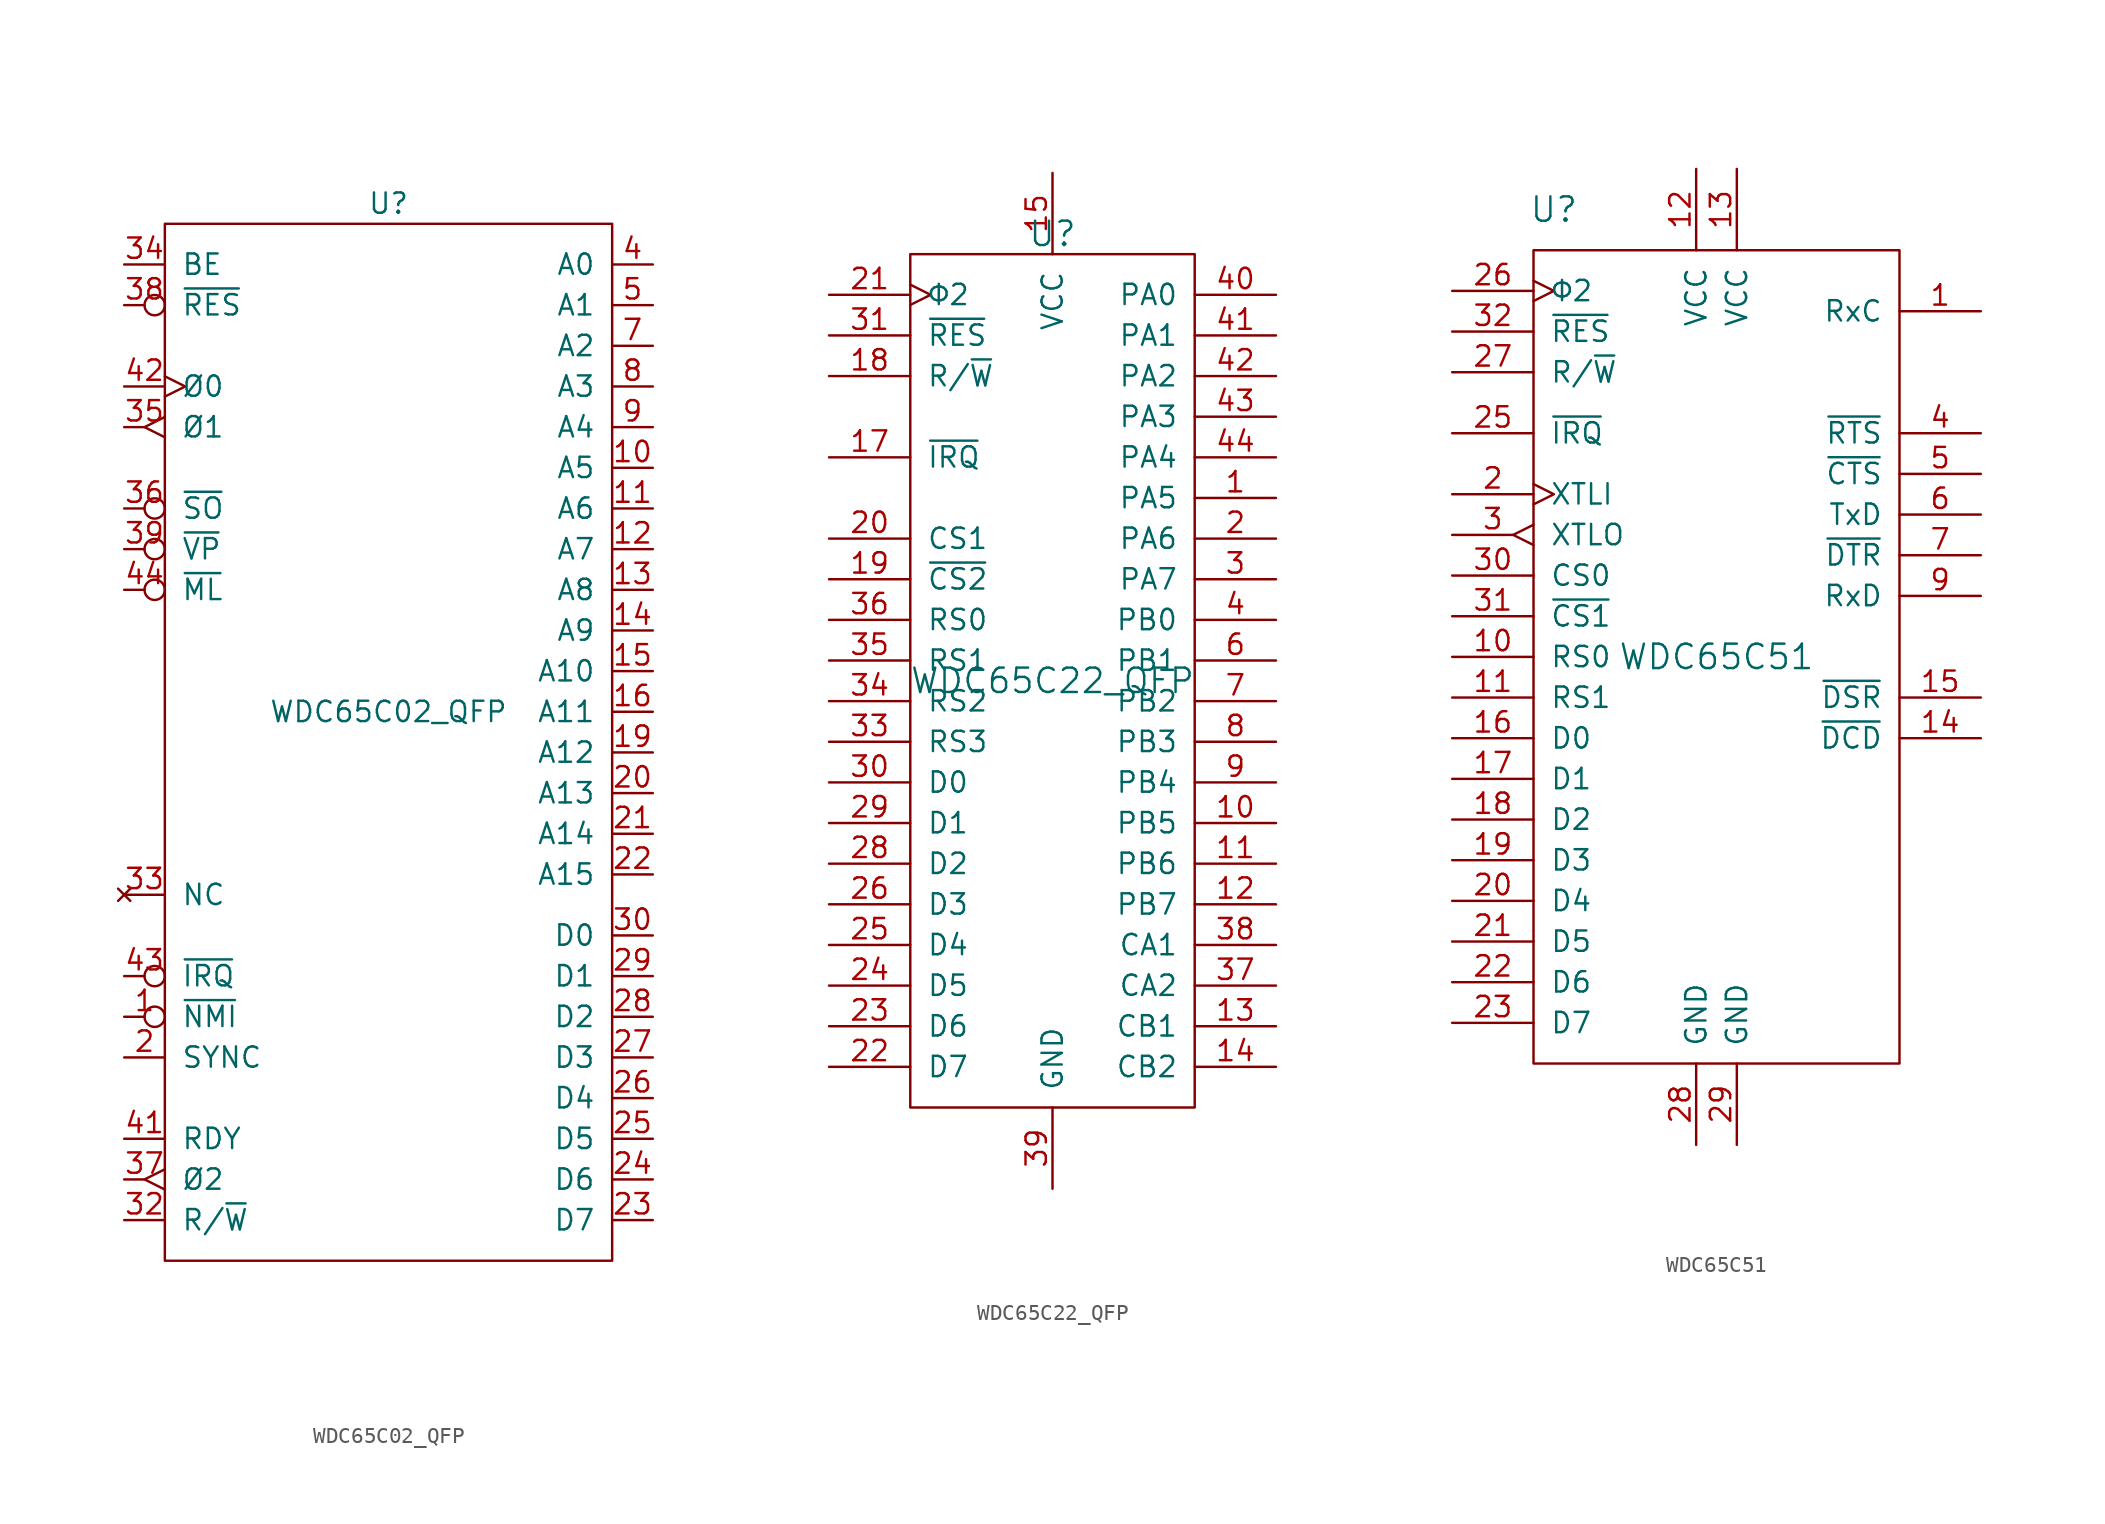
<source format=kicad_sym>
(kicad_symbol_lib
  (version 20211014)
  (generator kicad_symbol_editor)
  (symbol "WDC65C02_QFP"
    (pin_names
      (offset 1.016))
    (property "Reference" "U"
      (at 0 31.75 0)
      (effects (font (size 1.27 1.27))))
    (property "Value" "WDC65C02_QFP"
      (at 0 0 0)
      (effects (font (size 1.27 1.27))))
    (symbol "WDC65C02_QFP_0_1"
      (rectangle (start -13.97 30.48) (end 13.97 -34.29) (stroke (width 0) (type default) (color 0 0 0 0)) (fill (type none))))
    (symbol "WDC65C02_QFP_1_1"
      (pin input inverted (at -16.51 -19.05 0) (length 2.54) (name "~{NMI}" (effects (font (size 1.27 1.27)))) (number "1" (effects (font (size 1.27 1.27)))))
      (pin output line (at 16.51 15.24 180) (length 2.54) (name "A5" (effects (font (size 1.27 1.27)))) (number "10" (effects (font (size 1.27 1.27)))))
      (pin output line (at 16.51 12.7 180) (length 2.54) (name "A6" (effects (font (size 1.27 1.27)))) (number "11" (effects (font (size 1.27 1.27)))))
      (pin output line (at 16.51 10.16 180) (length 2.54) (name "A7" (effects (font (size 1.27 1.27)))) (number "12" (effects (font (size 1.27 1.27)))))
      (pin output line (at 16.51 7.62 180) (length 2.54) (name "A8" (effects (font (size 1.27 1.27)))) (number "13" (effects (font (size 1.27 1.27)))))
      (pin output line (at 16.51 5.08 180) (length 2.54) (name "A9" (effects (font (size 1.27 1.27)))) (number "14" (effects (font (size 1.27 1.27)))))
      (pin output line (at 16.51 2.54 180) (length 2.54) (name "A10" (effects (font (size 1.27 1.27)))) (number "15" (effects (font (size 1.27 1.27)))))
      (pin output line (at 16.51 0 180) (length 2.54) (name "A11" (effects (font (size 1.27 1.27)))) (number "16" (effects (font (size 1.27 1.27)))))
      (pin power_in line (at -2.54 -36.83 90) (length 2.54) hide (name "GND" (effects (font (size 1.27 1.27)))) (number "17" (effects (font (size 1.27 1.27)))))
      (pin power_in line (at 0 -36.83 90) (length 2.54) hide (name "GND" (effects (font (size 1.27 1.27)))) (number "18" (effects (font (size 1.27 1.27)))))
      (pin output line (at 16.51 -2.54 180) (length 2.54) (name "A12" (effects (font (size 1.27 1.27)))) (number "19" (effects (font (size 1.27 1.27)))))
      (pin output line (at -16.51 -21.59 0) (length 2.54) (name "SYNC" (effects (font (size 1.27 1.27)))) (number "2" (effects (font (size 1.27 1.27)))))
      (pin output line (at 16.51 -5.08 180) (length 2.54) (name "A13" (effects (font (size 1.27 1.27)))) (number "20" (effects (font (size 1.27 1.27)))))
      (pin output line (at 16.51 -7.62 180) (length 2.54) (name "A14" (effects (font (size 1.27 1.27)))) (number "21" (effects (font (size 1.27 1.27)))))
      (pin output line (at 16.51 -10.16 180) (length 2.54) (name "A15" (effects (font (size 1.27 1.27)))) (number "22" (effects (font (size 1.27 1.27)))))
      (pin bidirectional line (at 16.51 -31.75 180) (length 2.54) (name "D7" (effects (font (size 1.27 1.27)))) (number "23" (effects (font (size 1.27 1.27)))))
      (pin bidirectional line (at 16.51 -29.21 180) (length 2.54) (name "D6" (effects (font (size 1.27 1.27)))) (number "24" (effects (font (size 1.27 1.27)))))
      (pin bidirectional line (at 16.51 -26.67 180) (length 2.54) (name "D5" (effects (font (size 1.27 1.27)))) (number "25" (effects (font (size 1.27 1.27)))))
      (pin bidirectional line (at 16.51 -24.13 180) (length 2.54) (name "D4" (effects (font (size 1.27 1.27)))) (number "26" (effects (font (size 1.27 1.27)))))
      (pin bidirectional line (at 16.51 -21.59 180) (length 2.54) (name "D3" (effects (font (size 1.27 1.27)))) (number "27" (effects (font (size 1.27 1.27)))))
      (pin bidirectional line (at 16.51 -19.05 180) (length 2.54) (name "D2" (effects (font (size 1.27 1.27)))) (number "28" (effects (font (size 1.27 1.27)))))
      (pin bidirectional line (at 16.51 -16.51 180) (length 2.54) (name "D1" (effects (font (size 1.27 1.27)))) (number "29" (effects (font (size 1.27 1.27)))))
      (pin power_in line (at 0 33.02 270) (length 2.54) hide (name "VCC" (effects (font (size 1.27 1.27)))) (number "3" (effects (font (size 1.27 1.27)))))
      (pin bidirectional line (at 16.51 -13.97 180) (length 2.54) (name "D0" (effects (font (size 1.27 1.27)))) (number "30" (effects (font (size 1.27 1.27)))))
      (pin power_in line (at 2.54 33.02 270) (length 2.54) hide (name "VCC" (effects (font (size 1.27 1.27)))) (number "31" (effects (font (size 1.27 1.27)))))
      (pin output line (at -16.51 -31.75 0) (length 2.54) (name "R/~{W}" (effects (font (size 1.27 1.27)))) (number "32" (effects (font (size 1.27 1.27)))))
      (pin no_connect line (at -16.51 -11.43 0) (length 2.54) (name "NC" (effects (font (size 1.27 1.27)))) (number "33" (effects (font (size 1.27 1.27)))))
      (pin input line (at -16.51 27.94 0) (length 2.54) (name "BE" (effects (font (size 1.27 1.27)))) (number "34" (effects (font (size 1.27 1.27)))))
      (pin output edge_clock_high (at -16.51 17.78 0) (length 2.54) (name "Ø1" (effects (font (size 1.27 1.27)))) (number "35" (effects (font (size 1.27 1.27)))))
      (pin input inverted (at -16.51 12.7 0) (length 2.54) (name "~{SO}" (effects (font (size 1.27 1.27)))) (number "36" (effects (font (size 1.27 1.27)))))
      (pin output edge_clock_high (at -16.51 -29.21 0) (length 2.54) (name "Ø2" (effects (font (size 1.27 1.27)))) (number "37" (effects (font (size 1.27 1.27)))))
      (pin input inverted (at -16.51 25.4 0) (length 2.54) (name "~{RES}" (effects (font (size 1.27 1.27)))) (number "38" (effects (font (size 1.27 1.27)))))
      (pin power_in line (at 2.54 -36.83 90) (length 2.54) hide (name "GND" (effects (font (size 1.27 1.27)))) (number "39" (effects (font (size 1.27 1.27)))))
      (pin output inverted (at -16.51 10.16 0) (length 2.54) (name "~{VP}" (effects (font (size 1.27 1.27)))) (number "39" (effects (font (size 1.27 1.27)))))
      (pin output line (at 16.51 27.94 180) (length 2.54) (name "A0" (effects (font (size 1.27 1.27)))) (number "4" (effects (font (size 1.27 1.27)))))
      (pin input line (at -16.51 -26.67 0) (length 2.54) (name "RDY" (effects (font (size 1.27 1.27)))) (number "41" (effects (font (size 1.27 1.27)))))
      (pin input clock (at -16.51 20.32 0) (length 2.54) (name "Ø0" (effects (font (size 1.27 1.27)))) (number "42" (effects (font (size 1.27 1.27)))))
      (pin input inverted (at -16.51 -16.51 0) (length 2.54) (name "~{IRQ}" (effects (font (size 1.27 1.27)))) (number "43" (effects (font (size 1.27 1.27)))))
      (pin output inverted (at -16.51 7.62 0) (length 2.54) (name "~{ML}" (effects (font (size 1.27 1.27)))) (number "44" (effects (font (size 1.27 1.27)))))
      (pin output line (at 16.51 25.4 180) (length 2.54) (name "A1" (effects (font (size 1.27 1.27)))) (number "5" (effects (font (size 1.27 1.27)))))
      (pin output line (at 16.51 22.86 180) (length 2.54) (name "A2" (effects (font (size 1.27 1.27)))) (number "7" (effects (font (size 1.27 1.27)))))
      (pin output line (at 16.51 20.32 180) (length 2.54) (name "A3" (effects (font (size 1.27 1.27)))) (number "8" (effects (font (size 1.27 1.27)))))
      (pin output line (at 16.51 17.78 180) (length 2.54) (name "A4" (effects (font (size 1.27 1.27)))) (number "9" (effects (font (size 1.27 1.27)))))))
  (symbol "WDC65C22_QFP"
    (pin_names
      (offset 1.016))
    (property "Reference" "U"
      (at 0 27.94 0)
      (effects (font (size 1.524 1.524))))
    (property "Value" "WDC65C22_QFP"
      (at 0 0 0)
      (effects (font (size 1.524 1.524))))
    (symbol "WDC65C22_QFP_0_1"
      (rectangle (start -8.89 26.67) (end 8.89 -26.67) (stroke (width 0) (type default) (color 0 0 0 0)) (fill (type none))))
    (symbol "WDC65C22_QFP_1_1"
      (pin bidirectional line (at 13.97 11.43 180) (length 5.08) (name "PA5" (effects (font (size 1.27 1.27)))) (number "1" (effects (font (size 1.27 1.27)))))
      (pin bidirectional line (at 13.97 -8.89 180) (length 5.08) (name "PB5" (effects (font (size 1.27 1.27)))) (number "10" (effects (font (size 1.27 1.27)))))
      (pin bidirectional line (at 13.97 -11.43 180) (length 5.08) (name "PB6" (effects (font (size 1.27 1.27)))) (number "11" (effects (font (size 1.27 1.27)))))
      (pin bidirectional line (at 13.97 -13.97 180) (length 5.08) (name "PB7" (effects (font (size 1.27 1.27)))) (number "12" (effects (font (size 1.27 1.27)))))
      (pin output line (at 13.97 -21.59 180) (length 5.08) (name "CB1" (effects (font (size 1.27 1.27)))) (number "13" (effects (font (size 1.27 1.27)))))
      (pin output line (at 13.97 -24.13 180) (length 5.08) (name "CB2" (effects (font (size 1.27 1.27)))) (number "14" (effects (font (size 1.27 1.27)))))
      (pin power_in line (at 0 31.75 270) (length 5.08) (name "VCC" (effects (font (size 1.27 1.27)))) (number "15" (effects (font (size 1.27 1.27)))))
      (pin no_connect line (at 2.54 29.21 270) (length 2.54) hide (name "NC" (effects (font (size 1.27 1.27)))) (number "16" (effects (font (size 1.27 1.27)))))
      (pin input line (at -13.97 13.97 0) (length 5.08) (name "~{IRQ}" (effects (font (size 1.27 1.27)))) (number "17" (effects (font (size 1.27 1.27)))))
      (pin input line (at -13.97 19.05 0) (length 5.08) (name "R/~{W}" (effects (font (size 1.27 1.27)))) (number "18" (effects (font (size 1.27 1.27)))))
      (pin input line (at -13.97 6.35 0) (length 5.08) (name "~{CS2}" (effects (font (size 1.27 1.27)))) (number "19" (effects (font (size 1.27 1.27)))))
      (pin bidirectional line (at 13.97 8.89 180) (length 5.08) (name "PA6" (effects (font (size 1.27 1.27)))) (number "2" (effects (font (size 1.27 1.27)))))
      (pin input line (at -13.97 8.89 0) (length 5.08) (name "CS1" (effects (font (size 1.27 1.27)))) (number "20" (effects (font (size 1.27 1.27)))))
      (pin input clock (at -13.97 24.13 0) (length 5.08) (name "Φ2" (effects (font (size 1.27 1.27)))) (number "21" (effects (font (size 1.27 1.27)))))
      (pin bidirectional line (at -13.97 -24.13 0) (length 5.08) (name "D7" (effects (font (size 1.27 1.27)))) (number "22" (effects (font (size 1.27 1.27)))))
      (pin bidirectional line (at -13.97 -21.59 0) (length 5.08) (name "D6" (effects (font (size 1.27 1.27)))) (number "23" (effects (font (size 1.27 1.27)))))
      (pin bidirectional line (at -13.97 -19.05 0) (length 5.08) (name "D5" (effects (font (size 1.27 1.27)))) (number "24" (effects (font (size 1.27 1.27)))))
      (pin bidirectional line (at -13.97 -16.51 0) (length 5.08) (name "D4" (effects (font (size 1.27 1.27)))) (number "25" (effects (font (size 1.27 1.27)))))
      (pin bidirectional line (at -13.97 -13.97 0) (length 5.08) (name "D3" (effects (font (size 1.27 1.27)))) (number "26" (effects (font (size 1.27 1.27)))))
      (pin no_connect line (at -2.54 -29.21 90) (length 2.54) hide (name "NC" (effects (font (size 1.27 1.27)))) (number "27" (effects (font (size 1.27 1.27)))))
      (pin bidirectional line (at -13.97 -11.43 0) (length 5.08) (name "D2" (effects (font (size 1.27 1.27)))) (number "28" (effects (font (size 1.27 1.27)))))
      (pin bidirectional line (at -13.97 -8.89 0) (length 5.08) (name "D1" (effects (font (size 1.27 1.27)))) (number "29" (effects (font (size 1.27 1.27)))))
      (pin bidirectional line (at 13.97 6.35 180) (length 5.08) (name "PA7" (effects (font (size 1.27 1.27)))) (number "3" (effects (font (size 1.27 1.27)))))
      (pin bidirectional line (at -13.97 -6.35 0) (length 5.08) (name "D0" (effects (font (size 1.27 1.27)))) (number "30" (effects (font (size 1.27 1.27)))))
      (pin input line (at -13.97 21.59 0) (length 5.08) (name "~{RES}" (effects (font (size 1.27 1.27)))) (number "31" (effects (font (size 1.27 1.27)))))
      (pin no_connect line (at 2.54 -29.21 90) (length 2.54) hide (name "NC" (effects (font (size 1.27 1.27)))) (number "32" (effects (font (size 1.27 1.27)))))
      (pin input line (at -13.97 -3.81 0) (length 5.08) (name "RS3" (effects (font (size 1.27 1.27)))) (number "33" (effects (font (size 1.27 1.27)))))
      (pin input line (at -13.97 -1.27 0) (length 5.08) (name "RS2" (effects (font (size 1.27 1.27)))) (number "34" (effects (font (size 1.27 1.27)))))
      (pin input line (at -13.97 1.27 0) (length 5.08) (name "RS1" (effects (font (size 1.27 1.27)))) (number "35" (effects (font (size 1.27 1.27)))))
      (pin input line (at -13.97 3.81 0) (length 5.08) (name "RS0" (effects (font (size 1.27 1.27)))) (number "36" (effects (font (size 1.27 1.27)))))
      (pin output line (at 13.97 -19.05 180) (length 5.08) (name "CA2" (effects (font (size 1.27 1.27)))) (number "37" (effects (font (size 1.27 1.27)))))
      (pin output line (at 13.97 -16.51 180) (length 5.08) (name "CA1" (effects (font (size 1.27 1.27)))) (number "38" (effects (font (size 1.27 1.27)))))
      (pin power_in line (at 0 -31.75 90) (length 5.08) (name "GND" (effects (font (size 1.27 1.27)))) (number "39" (effects (font (size 1.27 1.27)))))
      (pin bidirectional line (at 13.97 3.81 180) (length 5.08) (name "PB0" (effects (font (size 1.27 1.27)))) (number "4" (effects (font (size 1.27 1.27)))))
      (pin bidirectional line (at 13.97 24.13 180) (length 5.08) (name "PA0" (effects (font (size 1.27 1.27)))) (number "40" (effects (font (size 1.27 1.27)))))
      (pin bidirectional line (at 13.97 21.59 180) (length 5.08) (name "PA1" (effects (font (size 1.27 1.27)))) (number "41" (effects (font (size 1.27 1.27)))))
      (pin bidirectional line (at 13.97 19.05 180) (length 5.08) (name "PA2" (effects (font (size 1.27 1.27)))) (number "42" (effects (font (size 1.27 1.27)))))
      (pin bidirectional line (at 13.97 16.51 180) (length 5.08) (name "PA3" (effects (font (size 1.27 1.27)))) (number "43" (effects (font (size 1.27 1.27)))))
      (pin bidirectional line (at 13.97 13.97 180) (length 5.08) (name "PA4" (effects (font (size 1.27 1.27)))) (number "44" (effects (font (size 1.27 1.27)))))
      (pin no_connect line (at -2.54 29.21 270) (length 2.54) hide (name "NC" (effects (font (size 1.27 1.27)))) (number "5" (effects (font (size 1.27 1.27)))))
      (pin bidirectional line (at 13.97 1.27 180) (length 5.08) (name "PB1" (effects (font (size 1.27 1.27)))) (number "6" (effects (font (size 1.27 1.27)))))
      (pin bidirectional line (at 13.97 -1.27 180) (length 5.08) (name "PB2" (effects (font (size 1.27 1.27)))) (number "7" (effects (font (size 1.27 1.27)))))
      (pin bidirectional line (at 13.97 -3.81 180) (length 5.08) (name "PB3" (effects (font (size 1.27 1.27)))) (number "8" (effects (font (size 1.27 1.27)))))
      (pin bidirectional line (at 13.97 -6.35 180) (length 5.08) (name "PB4" (effects (font (size 1.27 1.27)))) (number "9" (effects (font (size 1.27 1.27)))))))
  (symbol "WDC65C51"
    (pin_names
      (offset 1.016))
    (property "Reference" "U"
      (at -10.16 27.94 0)
      (effects (font (size 1.524 1.524))))
    (property "Value" "WDC65C51"
      (at 0 0 0)
      (effects (font (size 1.524 1.524))))
    (symbol "WDC65C51_0_1"
      (rectangle (start -11.43 25.4) (end 11.43 -25.4) (stroke (width 0) (type default) (color 0 0 0 0)) (fill (type none))))
    (symbol "WDC65C51_1_1"
      (pin bidirectional line (at 16.51 21.59 180) (length 5.08) (name "RxC" (effects (font (size 1.27 1.27)))) (number "1" (effects (font (size 1.27 1.27)))))
      (pin input line (at -16.51 0 0) (length 5.08) (name "RS0" (effects (font (size 1.27 1.27)))) (number "10" (effects (font (size 1.27 1.27)))))
      (pin input line (at -16.51 -2.54 0) (length 5.08) (name "RS1" (effects (font (size 1.27 1.27)))) (number "11" (effects (font (size 1.27 1.27)))))
      (pin power_in line (at -1.27 30.48 270) (length 5.08) (name "VCC" (effects (font (size 1.27 1.27)))) (number "12" (effects (font (size 1.27 1.27)))))
      (pin power_in line (at 1.27 30.48 270) (length 5.08) (name "VCC" (effects (font (size 1.27 1.27)))) (number "13" (effects (font (size 1.27 1.27)))))
      (pin input line (at 16.51 -5.08 180) (length 5.08) (name "~{DCD}" (effects (font (size 1.27 1.27)))) (number "14" (effects (font (size 1.27 1.27)))))
      (pin input line (at 16.51 -2.54 180) (length 5.08) (name "~{DSR}" (effects (font (size 1.27 1.27)))) (number "15" (effects (font (size 1.27 1.27)))))
      (pin bidirectional line (at -16.51 -5.08 0) (length 5.08) (name "D0" (effects (font (size 1.27 1.27)))) (number "16" (effects (font (size 1.27 1.27)))))
      (pin bidirectional line (at -16.51 -7.62 0) (length 5.08) (name "D1" (effects (font (size 1.27 1.27)))) (number "17" (effects (font (size 1.27 1.27)))))
      (pin bidirectional line (at -16.51 -10.16 0) (length 5.08) (name "D2" (effects (font (size 1.27 1.27)))) (number "18" (effects (font (size 1.27 1.27)))))
      (pin bidirectional line (at -16.51 -12.7 0) (length 5.08) (name "D3" (effects (font (size 1.27 1.27)))) (number "19" (effects (font (size 1.27 1.27)))))
      (pin input clock (at -16.51 10.16 0) (length 5.08) (name "XTLI" (effects (font (size 1.27 1.27)))) (number "2" (effects (font (size 1.27 1.27)))))
      (pin bidirectional line (at -16.51 -15.24 0) (length 5.08) (name "D4" (effects (font (size 1.27 1.27)))) (number "20" (effects (font (size 1.27 1.27)))))
      (pin bidirectional line (at -16.51 -17.78 0) (length 5.08) (name "D5" (effects (font (size 1.27 1.27)))) (number "21" (effects (font (size 1.27 1.27)))))
      (pin bidirectional line (at -16.51 -20.32 0) (length 5.08) (name "D6" (effects (font (size 1.27 1.27)))) (number "22" (effects (font (size 1.27 1.27)))))
      (pin bidirectional line (at -16.51 -22.86 0) (length 5.08) (name "D7" (effects (font (size 1.27 1.27)))) (number "23" (effects (font (size 1.27 1.27)))))
      (pin no_connect line (at 16.51 -22.86 180) (length 5.08) hide (name "NC" (effects (font (size 1.27 1.27)))) (number "24" (effects (font (size 1.27 1.27)))))
      (pin output line (at -16.51 13.97 0) (length 5.08) (name "~{IRQ}" (effects (font (size 1.27 1.27)))) (number "25" (effects (font (size 1.27 1.27)))))
      (pin input clock (at -16.51 22.86 0) (length 5.08) (name "Φ2" (effects (font (size 1.27 1.27)))) (number "26" (effects (font (size 1.27 1.27)))))
      (pin input line (at -16.51 17.78 0) (length 5.08) (name "R/~{W}" (effects (font (size 1.27 1.27)))) (number "27" (effects (font (size 1.27 1.27)))))
      (pin power_in line (at -1.27 -30.48 90) (length 5.08) (name "GND" (effects (font (size 1.27 1.27)))) (number "28" (effects (font (size 1.27 1.27)))))
      (pin power_in line (at 1.27 -30.48 90) (length 5.08) (name "GND" (effects (font (size 1.27 1.27)))) (number "29" (effects (font (size 1.27 1.27)))))
      (pin output edge_clock_high (at -16.51 7.62 0) (length 5.08) (name "XTLO" (effects (font (size 1.27 1.27)))) (number "3" (effects (font (size 1.27 1.27)))))
      (pin input line (at -16.51 5.08 0) (length 5.08) (name "CS0" (effects (font (size 1.27 1.27)))) (number "30" (effects (font (size 1.27 1.27)))))
      (pin input line (at -16.51 2.54 0) (length 5.08) (name "~{CS1}" (effects (font (size 1.27 1.27)))) (number "31" (effects (font (size 1.27 1.27)))))
      (pin input line (at -16.51 20.32 0) (length 5.08) (name "~{RES}" (effects (font (size 1.27 1.27)))) (number "32" (effects (font (size 1.27 1.27)))))
      (pin output line (at 16.51 13.97 180) (length 5.08) (name "~{RTS}" (effects (font (size 1.27 1.27)))) (number "4" (effects (font (size 1.27 1.27)))))
      (pin input line (at 16.51 11.43 180) (length 5.08) (name "~{CTS}" (effects (font (size 1.27 1.27)))) (number "5" (effects (font (size 1.27 1.27)))))
      (pin output line (at 16.51 8.89 180) (length 5.08) (name "TxD" (effects (font (size 1.27 1.27)))) (number "6" (effects (font (size 1.27 1.27)))))
      (pin output line (at 16.51 6.35 180) (length 5.08) (name "~{DTR}" (effects (font (size 1.27 1.27)))) (number "7" (effects (font (size 1.27 1.27)))))
      (pin no_connect line (at 16.51 -20.32 180) (length 5.08) hide (name "NC" (effects (font (size 1.27 1.27)))) (number "8" (effects (font (size 1.27 1.27)))))
      (pin input line (at 16.51 3.81 180) (length 5.08) (name "RxD" (effects (font (size 1.27 1.27)))) (number "9" (effects (font (size 1.27 1.27))))))))
</source>
